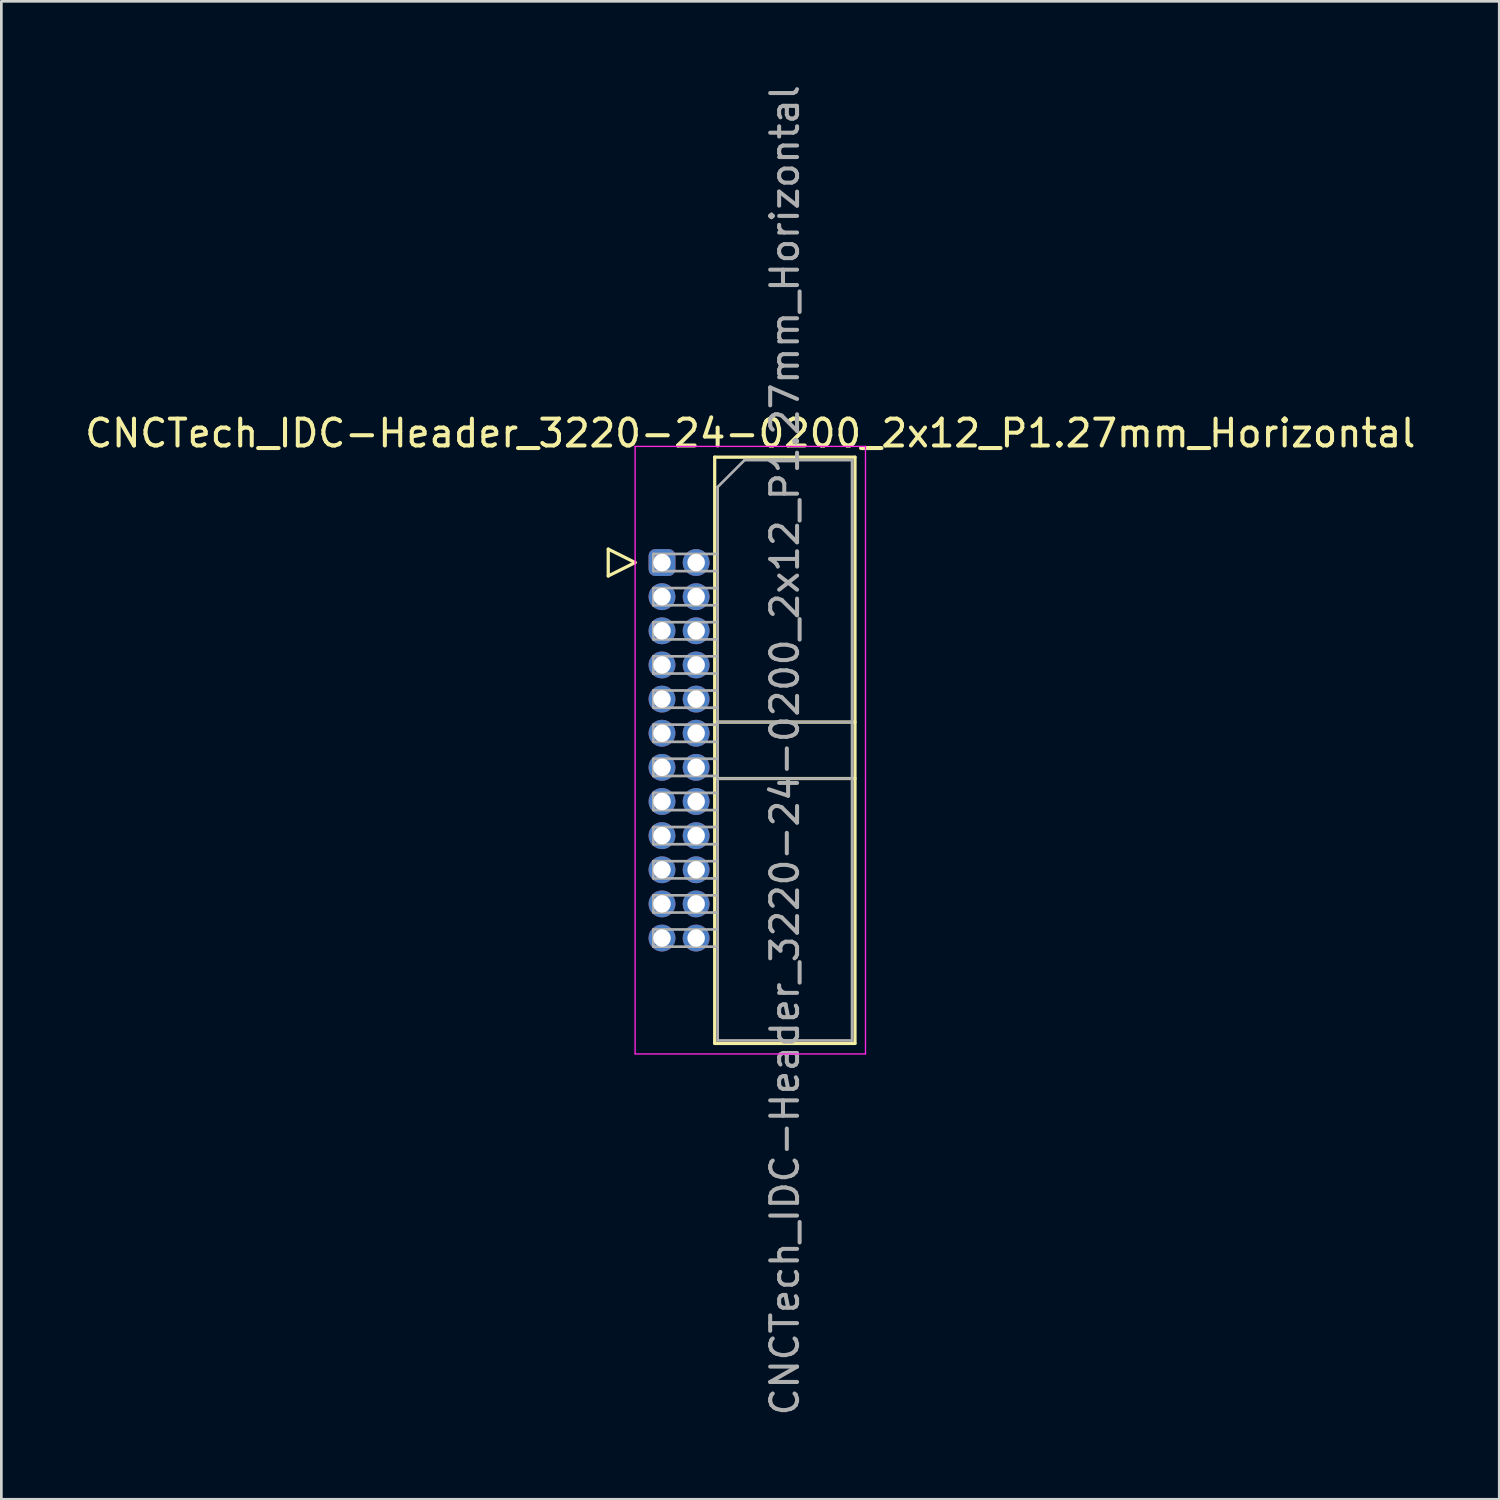
<source format=kicad_pcb>
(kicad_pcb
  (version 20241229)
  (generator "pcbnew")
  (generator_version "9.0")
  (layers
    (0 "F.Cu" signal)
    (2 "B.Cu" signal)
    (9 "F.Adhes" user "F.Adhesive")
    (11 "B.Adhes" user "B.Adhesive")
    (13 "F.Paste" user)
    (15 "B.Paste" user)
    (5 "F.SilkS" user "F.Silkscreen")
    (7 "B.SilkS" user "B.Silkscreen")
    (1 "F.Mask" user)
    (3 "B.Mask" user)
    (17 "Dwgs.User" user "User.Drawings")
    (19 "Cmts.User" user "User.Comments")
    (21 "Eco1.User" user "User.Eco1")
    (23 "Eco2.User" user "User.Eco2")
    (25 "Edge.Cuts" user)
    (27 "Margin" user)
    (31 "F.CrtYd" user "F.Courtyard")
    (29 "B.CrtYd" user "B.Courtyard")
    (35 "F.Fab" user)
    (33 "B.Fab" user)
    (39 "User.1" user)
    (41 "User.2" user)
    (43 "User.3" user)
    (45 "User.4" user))
  (footprint "CNCTech_IDC-Header_3220-24-0200_2x12_P1.27mm_Horizontal"
    (layer "F.Cu")
    (at 21.578 17.878)
    (property "Reference" "CNCTech_IDC-Header_3220-24-0200_2x12_P1.27mm_Horizontal" (at 3.285 -4.81 0) (layer "F.SilkS") (effects (font (size 1 1) (thickness 0.15))))
    (attr through_hole)
    (fp_line (start -2 -0.5) (end -2 0.5) (stroke (width 0.12) (type solid)) (layer "F.SilkS"))
    (fp_line (start -2 0.5) (end -1 0) (stroke (width 0.12) (type solid)) (layer "F.SilkS"))
    (fp_line (start -1 0) (end -2 -0.5) (stroke (width 0.12) (type solid)) (layer "F.SilkS"))
    (fp_line (start 1.96 -3.92) (end 7.18 -3.92) (stroke (width 0.12) (type solid)) (layer "F.SilkS"))
    (fp_line (start 1.96 5.935) (end 7.18 5.935) (stroke (width 0.12) (type solid)) (layer "F.SilkS"))
    (fp_line (start 1.96 8.035) (end 7.18 8.035) (stroke (width 0.12) (type solid)) (layer "F.SilkS"))
    (fp_line (start 1.96 17.89) (end 1.96 -3.92) (stroke (width 0.12) (type solid)) (layer "F.SilkS"))
    (fp_line (start 7.18 -3.92) (end 7.18 17.89) (stroke (width 0.12) (type solid)) (layer "F.SilkS"))
    (fp_line (start 7.18 17.89) (end 1.96 17.89) (stroke (width 0.12) (type solid)) (layer "F.SilkS"))
    (fp_line (start -1 -4.32) (end -1 18.28) (stroke (width 0.05) (type solid)) (layer "F.CrtYd"))
    (fp_line (start -1 18.28) (end 7.57 18.28) (stroke (width 0.05) (type solid)) (layer "F.CrtYd"))
    (fp_line (start 7.57 -4.32) (end -1 -4.32) (stroke (width 0.05) (type solid)) (layer "F.CrtYd"))
    (fp_line (start 7.57 18.28) (end 7.57 -4.32) (stroke (width 0.05) (type solid)) (layer "F.CrtYd"))
    (fp_line (start -0.32 -0.32) (end -0.32 0.32) (stroke (width 0.1) (type solid)) (layer "F.Fab"))
    (fp_line (start -0.32 0.32) (end 2.07 0.32) (stroke (width 0.1) (type solid)) (layer "F.Fab"))
    (fp_line (start -0.32 0.95) (end -0.32 1.59) (stroke (width 0.1) (type solid)) (layer "F.Fab"))
    (fp_line (start -0.32 1.59) (end 2.07 1.59) (stroke (width 0.1) (type solid)) (layer "F.Fab"))
    (fp_line (start -0.32 2.22) (end -0.32 2.86) (stroke (width 0.1) (type solid)) (layer "F.Fab"))
    (fp_line (start -0.32 2.86) (end 2.07 2.86) (stroke (width 0.1) (type solid)) (layer "F.Fab"))
    (fp_line (start -0.32 3.49) (end -0.32 4.13) (stroke (width 0.1) (type solid)) (layer "F.Fab"))
    (fp_line (start -0.32 4.13) (end 2.07 4.13) (stroke (width 0.1) (type solid)) (layer "F.Fab"))
    (fp_line (start -0.32 4.76) (end -0.32 5.4) (stroke (width 0.1) (type solid)) (layer "F.Fab"))
    (fp_line (start -0.32 5.4) (end 2.07 5.4) (stroke (width 0.1) (type solid)) (layer "F.Fab"))
    (fp_line (start -0.32 6.03) (end -0.32 6.67) (stroke (width 0.1) (type solid)) (layer "F.Fab"))
    (fp_line (start -0.32 6.67) (end 2.07 6.67) (stroke (width 0.1) (type solid)) (layer "F.Fab"))
    (fp_line (start -0.32 7.3) (end -0.32 7.94) (stroke (width 0.1) (type solid)) (layer "F.Fab"))
    (fp_line (start -0.32 7.94) (end 2.07 7.94) (stroke (width 0.1) (type solid)) (layer "F.Fab"))
    (fp_line (start -0.32 8.57) (end -0.32 9.21) (stroke (width 0.1) (type solid)) (layer "F.Fab"))
    (fp_line (start -0.32 9.21) (end 2.07 9.21) (stroke (width 0.1) (type solid)) (layer "F.Fab"))
    (fp_line (start -0.32 9.84) (end -0.32 10.48) (stroke (width 0.1) (type solid)) (layer "F.Fab"))
    (fp_line (start -0.32 10.48) (end 2.07 10.48) (stroke (width 0.1) (type solid)) (layer "F.Fab"))
    (fp_line (start -0.32 11.11) (end -0.32 11.75) (stroke (width 0.1) (type solid)) (layer "F.Fab"))
    (fp_line (start -0.32 11.75) (end 2.07 11.75) (stroke (width 0.1) (type solid)) (layer "F.Fab"))
    (fp_line (start -0.32 12.38) (end -0.32 13.02) (stroke (width 0.1) (type solid)) (layer "F.Fab"))
    (fp_line (start -0.32 13.02) (end 2.07 13.02) (stroke (width 0.1) (type solid)) (layer "F.Fab"))
    (fp_line (start -0.32 13.65) (end -0.32 14.29) (stroke (width 0.1) (type solid)) (layer "F.Fab"))
    (fp_line (start -0.32 14.29) (end 2.07 14.29) (stroke (width 0.1) (type solid)) (layer "F.Fab"))
    (fp_line (start 2.07 -2.81) (end 3.07 -3.81) (stroke (width 0.1) (type solid)) (layer "F.Fab"))
    (fp_line (start 2.07 -0.32) (end -0.32 -0.32) (stroke (width 0.1) (type solid)) (layer "F.Fab"))
    (fp_line (start 2.07 0.95) (end -0.32 0.95) (stroke (width 0.1) (type solid)) (layer "F.Fab"))
    (fp_line (start 2.07 2.22) (end -0.32 2.22) (stroke (width 0.1) (type solid)) (layer "F.Fab"))
    (fp_line (start 2.07 3.49) (end -0.32 3.49) (stroke (width 0.1) (type solid)) (layer "F.Fab"))
    (fp_line (start 2.07 4.76) (end -0.32 4.76) (stroke (width 0.1) (type solid)) (layer "F.Fab"))
    (fp_line (start 2.07 5.935) (end 7.07 5.935) (stroke (width 0.1) (type solid)) (layer "F.Fab"))
    (fp_line (start 2.07 6.03) (end -0.32 6.03) (stroke (width 0.1) (type solid)) (layer "F.Fab"))
    (fp_line (start 2.07 7.3) (end -0.32 7.3) (stroke (width 0.1) (type solid)) (layer "F.Fab"))
    (fp_line (start 2.07 8.035) (end 7.07 8.035) (stroke (width 0.1) (type solid)) (layer "F.Fab"))
    (fp_line (start 2.07 8.57) (end -0.32 8.57) (stroke (width 0.1) (type solid)) (layer "F.Fab"))
    (fp_line (start 2.07 9.84) (end -0.32 9.84) (stroke (width 0.1) (type solid)) (layer "F.Fab"))
    (fp_line (start 2.07 11.11) (end -0.32 11.11) (stroke (width 0.1) (type solid)) (layer "F.Fab"))
    (fp_line (start 2.07 12.38) (end -0.32 12.38) (stroke (width 0.1) (type solid)) (layer "F.Fab"))
    (fp_line (start 2.07 13.65) (end -0.32 13.65) (stroke (width 0.1) (type solid)) (layer "F.Fab"))
    (fp_line (start 2.07 17.78) (end 2.07 -2.81) (stroke (width 0.1) (type solid)) (layer "F.Fab"))
    (fp_line (start 3.07 -3.81) (end 7.07 -3.81) (stroke (width 0.1) (type solid)) (layer "F.Fab"))
    (fp_line (start 7.07 -3.81) (end 7.07 17.78) (stroke (width 0.1) (type solid)) (layer "F.Fab"))
    (fp_line (start 7.07 17.78) (end 2.07 17.78) (stroke (width 0.1) (type solid)) (layer "F.Fab"))
    (fp_text user "${REFERENCE}" (at 4.57 6.985 90) (layer "F.Fab") (effects (font (size 1 1) (thickness 0.15))))
    (pad "1" thru_hole roundrect (at 0 0) (size 1 1) (drill 0.65) (layers "*.Cu" "*.Mask") (roundrect_rratio 0.25))
    (pad "2" thru_hole circle (at 1.27 0) (size 1 1) (drill 0.65) (layers "*.Cu" "*.Mask"))
    (pad "3" thru_hole circle (at 0 1.27) (size 1 1) (drill 0.65) (layers "*.Cu" "*.Mask"))
    (pad "4" thru_hole circle (at 1.27 1.27) (size 1 1) (drill 0.65) (layers "*.Cu" "*.Mask"))
    (pad "5" thru_hole circle (at 0 2.54) (size 1 1) (drill 0.65) (layers "*.Cu" "*.Mask"))
    (pad "6" thru_hole circle (at 1.27 2.54) (size 1 1) (drill 0.65) (layers "*.Cu" "*.Mask"))
    (pad "7" thru_hole circle (at 0 3.81) (size 1 1) (drill 0.65) (layers "*.Cu" "*.Mask"))
    (pad "8" thru_hole circle (at 1.27 3.81) (size 1 1) (drill 0.65) (layers "*.Cu" "*.Mask"))
    (pad "9" thru_hole circle (at 0 5.08) (size 1 1) (drill 0.65) (layers "*.Cu" "*.Mask"))
    (pad "10" thru_hole circle (at 1.27 5.08) (size 1 1) (drill 0.65) (layers "*.Cu" "*.Mask"))
    (pad "11" thru_hole circle (at 0 6.35) (size 1 1) (drill 0.65) (layers "*.Cu" "*.Mask"))
    (pad "12" thru_hole circle (at 1.27 6.35) (size 1 1) (drill 0.65) (layers "*.Cu" "*.Mask"))
    (pad "13" thru_hole circle (at 0 7.62) (size 1 1) (drill 0.65) (layers "*.Cu" "*.Mask"))
    (pad "14" thru_hole circle (at 1.27 7.62) (size 1 1) (drill 0.65) (layers "*.Cu" "*.Mask"))
    (pad "15" thru_hole circle (at 0 8.89) (size 1 1) (drill 0.65) (layers "*.Cu" "*.Mask"))
    (pad "16" thru_hole circle (at 1.27 8.89) (size 1 1) (drill 0.65) (layers "*.Cu" "*.Mask"))
    (pad "17" thru_hole circle (at 0 10.16) (size 1 1) (drill 0.65) (layers "*.Cu" "*.Mask"))
    (pad "18" thru_hole circle (at 1.27 10.16) (size 1 1) (drill 0.65) (layers "*.Cu" "*.Mask"))
    (pad "19" thru_hole circle (at 0 11.43) (size 1 1) (drill 0.65) (layers "*.Cu" "*.Mask"))
    (pad "20" thru_hole circle (at 1.27 11.43) (size 1 1) (drill 0.65) (layers "*.Cu" "*.Mask"))
    (pad "21" thru_hole circle (at 0 12.7) (size 1 1) (drill 0.65) (layers "*.Cu" "*.Mask"))
    (pad "22" thru_hole circle (at 1.27 12.7) (size 1 1) (drill 0.65) (layers "*.Cu" "*.Mask"))
    (pad "23" thru_hole circle (at 0 13.97) (size 1 1) (drill 0.65) (layers "*.Cu" "*.Mask"))
    (pad "24" thru_hole circle (at 1.27 13.97) (size 1 1) (drill 0.65) (layers "*.Cu" "*.Mask")))
  (gr_rect
    (start -3 -3)
    (end 52.726 52.726)
    (stroke (width 0.1) (type default))
    (fill no)
    (layer "Edge.Cuts")))
</source>
